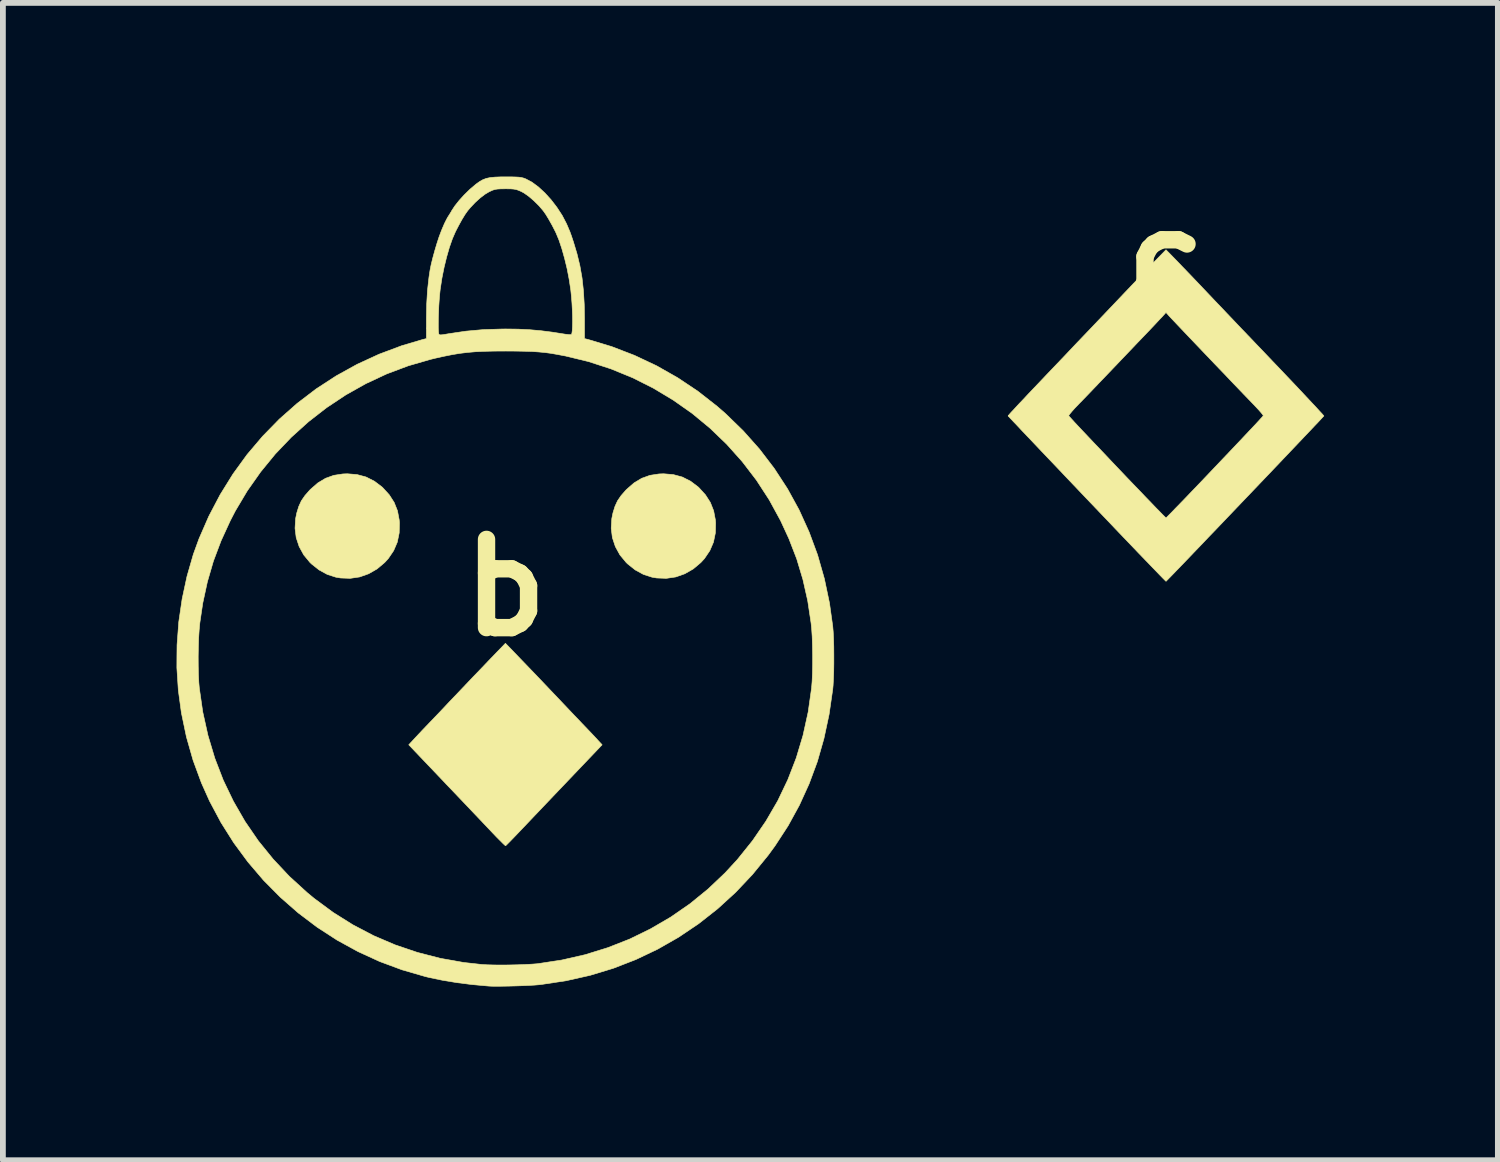
<source format=kicad_pcb>
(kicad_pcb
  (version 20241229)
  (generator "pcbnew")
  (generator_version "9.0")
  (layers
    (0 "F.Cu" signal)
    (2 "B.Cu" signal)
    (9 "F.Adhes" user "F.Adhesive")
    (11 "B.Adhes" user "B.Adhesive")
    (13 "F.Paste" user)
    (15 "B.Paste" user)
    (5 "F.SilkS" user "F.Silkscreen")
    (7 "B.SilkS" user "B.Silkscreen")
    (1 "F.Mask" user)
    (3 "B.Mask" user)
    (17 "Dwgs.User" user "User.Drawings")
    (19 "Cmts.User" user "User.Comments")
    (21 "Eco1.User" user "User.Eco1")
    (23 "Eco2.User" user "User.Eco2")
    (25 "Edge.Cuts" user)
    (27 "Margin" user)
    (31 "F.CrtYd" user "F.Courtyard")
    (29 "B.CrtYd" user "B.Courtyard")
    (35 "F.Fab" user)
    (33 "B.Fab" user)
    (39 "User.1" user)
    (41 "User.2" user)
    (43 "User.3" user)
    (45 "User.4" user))
  (footprint "b"
    (layer "F.Cu")
    (at 5.68 7.101)
    (property "Reference" "b" (at 0 0 0) (layer "F.SilkS") (effects (font (size 1.524 1.524) (thickness 0.3))))
    (attr through_hole)
    (fp_poly (pts (xy -2.562 -1.954) (xy -2.407 -1.912) (xy -2.264 -1.84) (xy -2.132 -1.74) (xy -2.121 -1.73) (xy -2.007 -1.605) (xy -1.922 -1.473) (xy -1.865 -1.329) (xy -1.835 -1.171) (xy -1.831 -1.119) (xy -1.835 -0.947) (xy -1.868 -0.787) (xy -1.931 -0.64) (xy -2.023 -0.504) (xy -2.086 -0.435) (xy -2.218 -0.324) (xy -2.363 -0.241) (xy -2.518 -0.186) (xy -2.681 -0.162) (xy -2.848 -0.168) (xy -2.93 -0.182) (xy -3.078 -0.23) (xy -3.219 -0.307) (xy -3.349 -0.41) (xy -3.376 -0.436) (xy -3.484 -0.567) (xy -3.563 -0.711) (xy -3.614 -0.865) (xy -3.634 -1.027) (xy -3.624 -1.194) (xy -3.604 -1.292) (xy -3.569 -1.405) (xy -3.525 -1.501) (xy -3.464 -1.59) (xy -3.383 -1.683) (xy -3.366 -1.7) (xy -3.24 -1.81) (xy -3.107 -1.89) (xy -2.965 -1.941) (xy -2.808 -1.965) (xy -2.731 -1.968) (xy -2.562 -1.954)) (stroke (width 0.01) (type solid)) (fill yes) (layer "F.SilkS"))
    (fp_poly (pts (xy 2.899 -1.954) (xy 3.054 -1.912) (xy 3.197 -1.84) (xy 3.329 -1.74) (xy 3.34 -1.73) (xy 3.454 -1.605) (xy 3.539 -1.473) (xy 3.596 -1.329) (xy 3.626 -1.171) (xy 3.63 -1.119) (xy 3.626 -0.947) (xy 3.593 -0.787) (xy 3.53 -0.64) (xy 3.438 -0.504) (xy 3.375 -0.435) (xy 3.243 -0.324) (xy 3.098 -0.241) (xy 2.943 -0.186) (xy 2.78 -0.162) (xy 2.613 -0.168) (xy 2.531 -0.182) (xy 2.383 -0.23) (xy 2.242 -0.307) (xy 2.112 -0.41) (xy 2.085 -0.436) (xy 1.977 -0.567) (xy 1.898 -0.711) (xy 1.847 -0.865) (xy 1.827 -1.027) (xy 1.837 -1.194) (xy 1.857 -1.292) (xy 1.892 -1.405) (xy 1.936 -1.501) (xy 1.997 -1.59) (xy 2.078 -1.683) (xy 2.095 -1.7) (xy 2.221 -1.81) (xy 2.354 -1.89) (xy 2.496 -1.941) (xy 2.653 -1.965) (xy 2.731 -1.968) (xy 2.899 -1.954)) (stroke (width 0.01) (type solid)) (fill yes) (layer "F.SilkS"))
    (fp_poly (pts (xy 0.146 1.111) (xy 0.291 1.262) (xy 0.441 1.418) (xy 0.6 1.584) (xy 0.772 1.765) (xy 0.913 1.913) (xy 1.001 2.006) (xy 1.092 2.102) (xy 1.18 2.195) (xy 1.261 2.279) (xy 1.328 2.35) (xy 1.358 2.381) (xy 1.423 2.449) (xy 1.488 2.517) (xy 1.545 2.578) (xy 1.588 2.624) (xy 1.594 2.631) (xy 1.67 2.713) (xy 1.06 3.353) (xy 0.938 3.481) (xy 0.816 3.609) (xy 0.696 3.735) (xy 0.583 3.854) (xy 0.478 3.964) (xy 0.385 4.062) (xy 0.307 4.144) (xy 0.247 4.207) (xy 0.232 4.223) (xy 0.165 4.293) (xy 0.105 4.355) (xy 0.056 4.405) (xy 0.021 4.44) (xy 0.004 4.456) (xy 0.003 4.457) (xy -0.011 4.447) (xy -0.043 4.417) (xy -0.089 4.371) (xy -0.148 4.312) (xy -0.214 4.243) (xy -0.229 4.227) (xy -0.284 4.169) (xy -0.357 4.092) (xy -0.446 3.998) (xy -0.548 3.891) (xy -0.659 3.774) (xy -0.778 3.649) (xy -0.9 3.521) (xy -1.023 3.393) (xy -1.06 3.353) (xy -1.67 2.713) (xy -1.594 2.631) (xy -1.554 2.588) (xy -1.499 2.529) (xy -1.436 2.462) (xy -1.37 2.393) (xy -1.358 2.381) (xy -1.301 2.321) (xy -1.227 2.244) (xy -1.142 2.155) (xy -1.052 2.06) (xy -0.962 1.964) (xy -0.913 1.913) (xy -0.727 1.718) (xy -0.559 1.541) (xy -0.402 1.378) (xy -0.254 1.223) (xy -0.146 1.111) (xy 0 0.96) (xy 0.146 1.111)) (stroke (width 0.01) (type solid)) (fill yes) (layer "F.SilkS"))
    (fp_poly (pts (xy 0.101 -7.096) (xy 0.177 -7.094) (xy 0.233 -7.091) (xy 0.275 -7.085) (xy 0.311 -7.076) (xy 0.346 -7.063) (xy 0.351 -7.061) (xy 0.457 -7.005) (xy 0.568 -6.923) (xy 0.68 -6.82) (xy 0.789 -6.7) (xy 0.89 -6.568) (xy 0.98 -6.43) (xy 1.054 -6.288) (xy 1.077 -6.235) (xy 1.096 -6.189) (xy 1.111 -6.156) (xy 1.122 -6.125) (xy 1.141 -6.073) (xy 1.162 -6.009) (xy 1.173 -5.977) (xy 1.236 -5.767) (xy 1.286 -5.56) (xy 1.323 -5.35) (xy 1.347 -5.129) (xy 1.361 -4.892) (xy 1.365 -4.648) (xy 1.365 -4.303) (xy 1.433 -4.286) (xy 1.837 -4.164) (xy 2.229 -4.013) (xy 2.609 -3.834) (xy 2.974 -3.627) (xy 3.323 -3.394) (xy 3.654 -3.135) (xy 3.798 -3.01) (xy 4.106 -2.711) (xy 4.388 -2.394) (xy 4.643 -2.06) (xy 4.871 -1.71) (xy 5.072 -1.344) (xy 5.245 -0.962) (xy 5.391 -0.567) (xy 5.508 -0.157) (xy 5.597 0.266) (xy 5.653 0.667) (xy 5.661 0.762) (xy 5.667 0.881) (xy 5.671 1.016) (xy 5.672 1.161) (xy 5.672 1.308) (xy 5.67 1.45) (xy 5.665 1.579) (xy 5.659 1.69) (xy 5.653 1.754) (xy 5.59 2.189) (xy 5.501 2.605) (xy 5.387 3.004) (xy 5.245 3.387) (xy 5.077 3.756) (xy 4.882 4.112) (xy 4.658 4.456) (xy 4.537 4.622) (xy 4.266 4.954) (xy 3.975 5.262) (xy 3.664 5.546) (xy 3.336 5.804) (xy 2.99 6.037) (xy 2.629 6.243) (xy 2.253 6.422) (xy 1.864 6.573) (xy 1.462 6.695) (xy 1.049 6.788) (xy 0.626 6.852) (xy 0.572 6.858) (xy 0.499 6.864) (xy 0.405 6.869) (xy 0.296 6.874) (xy 0.178 6.878) (xy 0.06 6.881) (xy -0.054 6.883) (xy -0.155 6.884) (xy -0.238 6.883) (xy -0.294 6.88) (xy -0.579 6.854) (xy -0.84 6.821) (xy -1.082 6.781) (xy -1.314 6.733) (xy -1.384 6.716) (xy -1.785 6.6) (xy -2.173 6.456) (xy -2.548 6.284) (xy -2.909 6.086) (xy -3.253 5.863) (xy -3.581 5.615) (xy -3.89 5.344) (xy -4.179 5.052) (xy -4.447 4.738) (xy -4.692 4.406) (xy -4.914 4.054) (xy -5.11 3.686) (xy -5.251 3.371) (xy -5.395 2.98) (xy -5.51 2.577) (xy -5.597 2.16) (xy -5.65 1.77) (xy -5.675 1.383) (xy -5.674 1.187) (xy -5.307 1.187) (xy -5.306 1.349) (xy -5.303 1.501) (xy -5.296 1.637) (xy -5.288 1.73) (xy -5.228 2.147) (xy -5.138 2.552) (xy -5.02 2.945) (xy -4.874 3.324) (xy -4.699 3.688) (xy -4.498 4.037) (xy -4.269 4.371) (xy -4.013 4.687) (xy -3.732 4.986) (xy -3.424 5.267) (xy -3.303 5.367) (xy -2.977 5.608) (xy -2.634 5.823) (xy -2.277 6.01) (xy -1.905 6.169) (xy -1.521 6.299) (xy -1.126 6.401) (xy -0.72 6.473) (xy -0.405 6.508) (xy -0.315 6.513) (xy -0.201 6.516) (xy -0.072 6.517) (xy 0.066 6.516) (xy 0.205 6.513) (xy 0.337 6.508) (xy 0.454 6.502) (xy 0.548 6.495) (xy 0.564 6.493) (xy 0.976 6.43) (xy 1.378 6.338) (xy 1.768 6.217) (xy 2.145 6.069) (xy 2.507 5.892) (xy 2.855 5.689) (xy 3.186 5.46) (xy 3.499 5.205) (xy 3.793 4.926) (xy 4.006 4.695) (xy 4.267 4.37) (xy 4.499 4.032) (xy 4.703 3.681) (xy 4.877 3.317) (xy 5.023 2.94) (xy 5.14 2.55) (xy 5.229 2.146) (xy 5.288 1.73) (xy 5.297 1.615) (xy 5.303 1.476) (xy 5.306 1.322) (xy 5.306 1.16) (xy 5.303 0.998) (xy 5.298 0.844) (xy 5.289 0.707) (xy 5.279 0.611) (xy 5.221 0.226) (xy 5.138 -0.142) (xy 5.031 -0.498) (xy 4.896 -0.847) (xy 4.752 -1.159) (xy 4.556 -1.518) (xy 4.335 -1.858) (xy 4.09 -2.178) (xy 3.822 -2.478) (xy 3.534 -2.755) (xy 3.226 -3.01) (xy 2.899 -3.24) (xy 2.556 -3.446) (xy 2.196 -3.627) (xy 1.822 -3.78) (xy 1.434 -3.906) (xy 1.035 -4.003) (xy 1.016 -4.006) (xy 0.896 -4.029) (xy 0.787 -4.048) (xy 0.682 -4.062) (xy 0.575 -4.072) (xy 0.461 -4.08) (xy 0.333 -4.084) (xy 0.186 -4.087) (xy 0.013 -4.088) (xy 0 -4.088) (xy -0.195 -4.087) (xy -0.364 -4.083) (xy -0.515 -4.076) (xy -0.654 -4.064) (xy -0.786 -4.048) (xy -0.919 -4.026) (xy -1.059 -3.998) (xy -1.212 -3.964) (xy -1.294 -3.944) (xy -1.678 -3.833) (xy -2.051 -3.693) (xy -2.411 -3.525) (xy -2.758 -3.33) (xy -3.089 -3.11) (xy -3.403 -2.866) (xy -3.699 -2.599) (xy -3.974 -2.311) (xy -4.228 -2.001) (xy -4.459 -1.673) (xy -4.665 -1.327) (xy -4.752 -1.159) (xy -4.912 -0.81) (xy -5.044 -0.46) (xy -5.148 -0.103) (xy -5.228 0.266) (xy -5.279 0.611) (xy -5.29 0.729) (xy -5.299 0.869) (xy -5.304 1.025) (xy -5.307 1.187) (xy -5.674 1.187) (xy -5.672 0.988) (xy -5.642 0.589) (xy -5.584 0.193) (xy -5.5 -0.197) (xy -5.391 -0.576) (xy -5.293 -0.845) (xy -5.123 -1.235) (xy -4.927 -1.608) (xy -4.706 -1.964) (xy -4.462 -2.3) (xy -4.194 -2.616) (xy -3.906 -2.911) (xy -3.597 -3.184) (xy -3.269 -3.434) (xy -2.923 -3.659) (xy -2.561 -3.859) (xy -2.183 -4.033) (xy -1.791 -4.18) (xy -1.433 -4.286) (xy -1.365 -4.303) (xy -1.365 -4.564) (xy -1.16 -4.564) (xy -1.16 -4.484) (xy -1.157 -4.422) (xy -1.152 -4.385) (xy -1.148 -4.376) (xy -1.138 -4.369) (xy -1.12 -4.367) (xy -1.09 -4.369) (xy -1.039 -4.377) (xy -0.974 -4.388) (xy -0.683 -4.431) (xy -0.383 -4.458) (xy -0.066 -4.468) (xy 0 -4.469) (xy 0.219 -4.466) (xy 0.42 -4.456) (xy 0.612 -4.439) (xy 0.809 -4.414) (xy 0.974 -4.388) (xy 1.039 -4.378) (xy 1.094 -4.372) (xy 1.129 -4.371) (xy 1.137 -4.372) (xy 1.147 -4.391) (xy 1.154 -4.438) (xy 1.158 -4.507) (xy 1.16 -4.594) (xy 1.159 -4.694) (xy 1.155 -4.803) (xy 1.149 -4.916) (xy 1.14 -5.029) (xy 1.129 -5.137) (xy 1.127 -5.151) (xy 1.1 -5.329) (xy 1.065 -5.51) (xy 1.022 -5.687) (xy 0.975 -5.854) (xy 0.925 -6.004) (xy 0.873 -6.129) (xy 0.862 -6.152) (xy 0.806 -6.261) (xy 0.749 -6.362) (xy 0.697 -6.448) (xy 0.654 -6.509) (xy 0.578 -6.598) (xy 0.492 -6.683) (xy 0.405 -6.758) (xy 0.323 -6.816) (xy 0.276 -6.842) (xy 0.228 -6.863) (xy 0.187 -6.877) (xy 0.144 -6.885) (xy 0.09 -6.889) (xy 0.014 -6.89) (xy -0.000001 -6.89) (xy -0.08 -6.889) (xy -0.137 -6.886) (xy -0.181 -6.879) (xy -0.222 -6.866) (xy -0.268 -6.845) (xy -0.276 -6.842) (xy -0.352 -6.797) (xy -0.437 -6.732) (xy -0.524 -6.653) (xy -0.607 -6.565) (xy -0.654 -6.509) (xy -0.699 -6.445) (xy -0.752 -6.358) (xy -0.808 -6.256) (xy -0.862 -6.152) (xy -0.916 -6.028) (xy -0.968 -5.879) (xy -1.016 -5.712) (xy -1.06 -5.532) (xy -1.097 -5.348) (xy -1.125 -5.164) (xy -1.127 -5.151) (xy -1.136 -5.066) (xy -1.144 -4.969) (xy -1.151 -4.865) (xy -1.155 -4.759) (xy -1.159 -4.657) (xy -1.16 -4.564) (xy -1.365 -4.564) (xy -1.365 -4.648) (xy -1.36 -4.903) (xy -1.346 -5.137) (xy -1.321 -5.361) (xy -1.303 -5.481) (xy -1.284 -5.577) (xy -1.256 -5.692) (xy -1.222 -5.816) (xy -1.185 -5.941) (xy -1.148 -6.055) (xy -1.113 -6.148) (xy -1.11 -6.156) (xy -1.093 -6.198) (xy -1.077 -6.235) (xy -1.054 -6.289) (xy -1.025 -6.347) (xy -0.998 -6.398) (xy -0.978 -6.429) (xy -0.959 -6.459) (xy -0.934 -6.5) (xy -0.93 -6.509) (xy -0.875 -6.593) (xy -0.8 -6.688) (xy -0.711 -6.786) (xy -0.614 -6.881) (xy -0.516 -6.964) (xy -0.508 -6.971) (xy -0.448 -7.014) (xy -0.392 -7.046) (xy -0.333 -7.069) (xy -0.264 -7.084) (xy -0.18 -7.092) (xy -0.075 -7.096) (xy -0.000001 -7.096) (xy 0.101 -7.096)) (stroke (width 0.01) (type solid)) (fill yes) (layer "F.SilkS")))
  (footprint "c"
    (layer "F.Cu")
    (at 17.089 1.418)
    (property "Reference" "c" (at 0 0 0) (layer "F.SilkS") (effects (font (size 1.524 1.524) (thickness 0.3))))
    (attr through_hole)
    (fp_poly (pts (xy 0.156 0.006) (xy 0.216 0.068) (xy 0.278 0.133) (xy 0.346 0.203) (xy 0.42 0.28) (xy 0.504 0.368) (xy 0.6 0.469) (xy 0.711 0.586) (xy 0.839 0.721) (xy 0.969 0.857) (xy 1.059 0.952) (xy 1.149 1.046) (xy 1.234 1.136) (xy 1.311 1.217) (xy 1.375 1.283) (xy 1.421 1.332) (xy 1.423 1.333) (xy 1.558 1.475) (xy 1.694 1.617) (xy 1.829 1.759) (xy 1.961 1.897) (xy 2.088 2.031) (xy 2.209 2.158) (xy 2.321 2.277) (xy 2.423 2.386) (xy 2.513 2.482) (xy 2.59 2.564) (xy 2.651 2.631) (xy 2.696 2.679) (xy 2.721 2.708) (xy 2.727 2.716) (xy 2.715 2.729) (xy 2.683 2.764) (xy 2.633 2.818) (xy 2.565 2.889) (xy 2.482 2.977) (xy 2.385 3.079) (xy 2.276 3.194) (xy 2.156 3.32) (xy 2.027 3.456) (xy 1.891 3.599) (xy 1.749 3.748) (xy 1.603 3.901) (xy 1.454 4.057) (xy 1.304 4.214) (xy 1.155 4.37) (xy 1.008 4.524) (xy 0.865 4.674) (xy 0.727 4.817) (xy 0.597 4.954) (xy 0.475 5.081) (xy 0.364 5.197) (xy 0.264 5.301) (xy 0.178 5.39) (xy 0.107 5.464) (xy 0.053 5.519) (xy 0.017 5.556) (xy 0.001 5.572) (xy 0 5.572) (xy -0.012 5.561) (xy -0.045 5.528) (xy -0.097 5.475) (xy -0.166 5.403) (xy -0.253 5.313) (xy -0.354 5.208) (xy -0.47 5.088) (xy -0.598 4.954) (xy -0.737 4.809) (xy -0.886 4.653) (xy -1.044 4.487) (xy -1.209 4.314) (xy -1.367 4.149) (xy -1.537 3.97) (xy -1.702 3.797) (xy -1.858 3.632) (xy -2.007 3.476) (xy -2.145 3.331) (xy -2.271 3.198) (xy -2.385 3.078) (xy -2.485 2.973) (xy -2.569 2.883) (xy -2.637 2.812) (xy -2.687 2.759) (xy -2.717 2.727) (xy -2.727 2.716) (xy -2.725 2.713) (xy -1.681 2.713) (xy -1.669 2.727) (xy -1.637 2.762) (xy -1.588 2.816) (xy -1.523 2.886) (xy -1.444 2.97) (xy -1.354 3.065) (xy -1.254 3.171) (xy -1.146 3.284) (xy -1.033 3.403) (xy -0.917 3.526) (xy -0.8 3.649) (xy -0.683 3.772) (xy -0.569 3.891) (xy -0.459 4.005) (xy -0.357 4.112) (xy -0.263 4.209) (xy -0.181 4.295) (xy -0.111 4.366) (xy -0.057 4.422) (xy -0.019 4.459) (xy -0.001 4.476) (xy 0 4.477) (xy 0.013 4.466) (xy 0.045 4.433) (xy 0.097 4.381) (xy 0.164 4.311) (xy 0.247 4.226) (xy 0.344 4.126) (xy 0.451 4.014) (xy 0.569 3.891) (xy 0.695 3.759) (xy 0.827 3.62) (xy 0.843 3.603) (xy 0.976 3.463) (xy 1.103 3.33) (xy 1.221 3.205) (xy 1.33 3.09) (xy 1.427 2.987) (xy 1.511 2.898) (xy 1.58 2.824) (xy 1.632 2.767) (xy 1.666 2.73) (xy 1.68 2.713) (xy 1.681 2.713) (xy 1.672 2.696) (xy 1.645 2.662) (xy 1.602 2.613) (xy 1.548 2.555) (xy 1.514 2.519) (xy 1.435 2.437) (xy 1.346 2.345) (xy 1.257 2.252) (xy 1.179 2.171) (xy 1.175 2.167) (xy 1.098 2.086) (xy 1.012 1.995) (xy 0.925 1.905) (xy 0.85 1.827) (xy 0.849 1.826) (xy 0.688 1.657) (xy 0.543 1.505) (xy 0.414 1.37) (xy 0.303 1.253) (xy 0.21 1.155) (xy 0.136 1.077) (xy 0.082 1.02) (xy 0.049 0.984) (xy 0.042 0.976) (xy 0 0.929) (xy -0.042 0.976) (xy -0.066 1.003) (xy -0.112 1.051) (xy -0.177 1.121) (xy -0.262 1.211) (xy -0.366 1.32) (xy -0.488 1.447) (xy -0.627 1.593) (xy -0.782 1.755) (xy -0.849 1.826) (xy -0.924 1.904) (xy -1.01 1.994) (xy -1.097 2.085) (xy -1.174 2.165) (xy -1.175 2.167) (xy -1.252 2.247) (xy -1.34 2.339) (xy -1.43 2.432) (xy -1.51 2.514) (xy -1.514 2.519) (xy -1.573 2.58) (xy -1.622 2.635) (xy -1.658 2.678) (xy -1.678 2.706) (xy -1.681 2.713) (xy -2.725 2.713) (xy -2.724 2.711) (xy -2.715 2.7) (xy -2.698 2.68) (xy -2.673 2.652) (xy -2.637 2.614) (xy -2.591 2.564) (xy -2.534 2.502) (xy -2.463 2.428) (xy -2.379 2.338) (xy -2.28 2.234) (xy -2.165 2.113) (xy -2.034 1.975) (xy -1.884 1.818) (xy -1.716 1.642) (xy -1.529 1.444) (xy -1.32 1.226) (xy -1.279 1.183) (xy -1.188 1.087) (xy -1.082 0.976) (xy -0.967 0.855) (xy -0.85 0.732) (xy -0.738 0.614) (xy -0.652 0.524) (xy -0.559 0.426) (xy -0.464 0.327) (xy -0.372 0.231) (xy -0.289 0.144) (xy -0.217 0.069) (xy -0.162 0.013) (xy -0.156 0.006) (xy 0 -0.154) (xy 0.156 0.006)) (stroke (width 0.01) (type solid)) (fill yes) (layer "F.SilkS")))
  (gr_rect
    (start -3 -3)
    (end 22.821 16.99)
    (stroke (width 0.1) (type default))
    (fill no)
    (layer "Edge.Cuts")))
</source>
